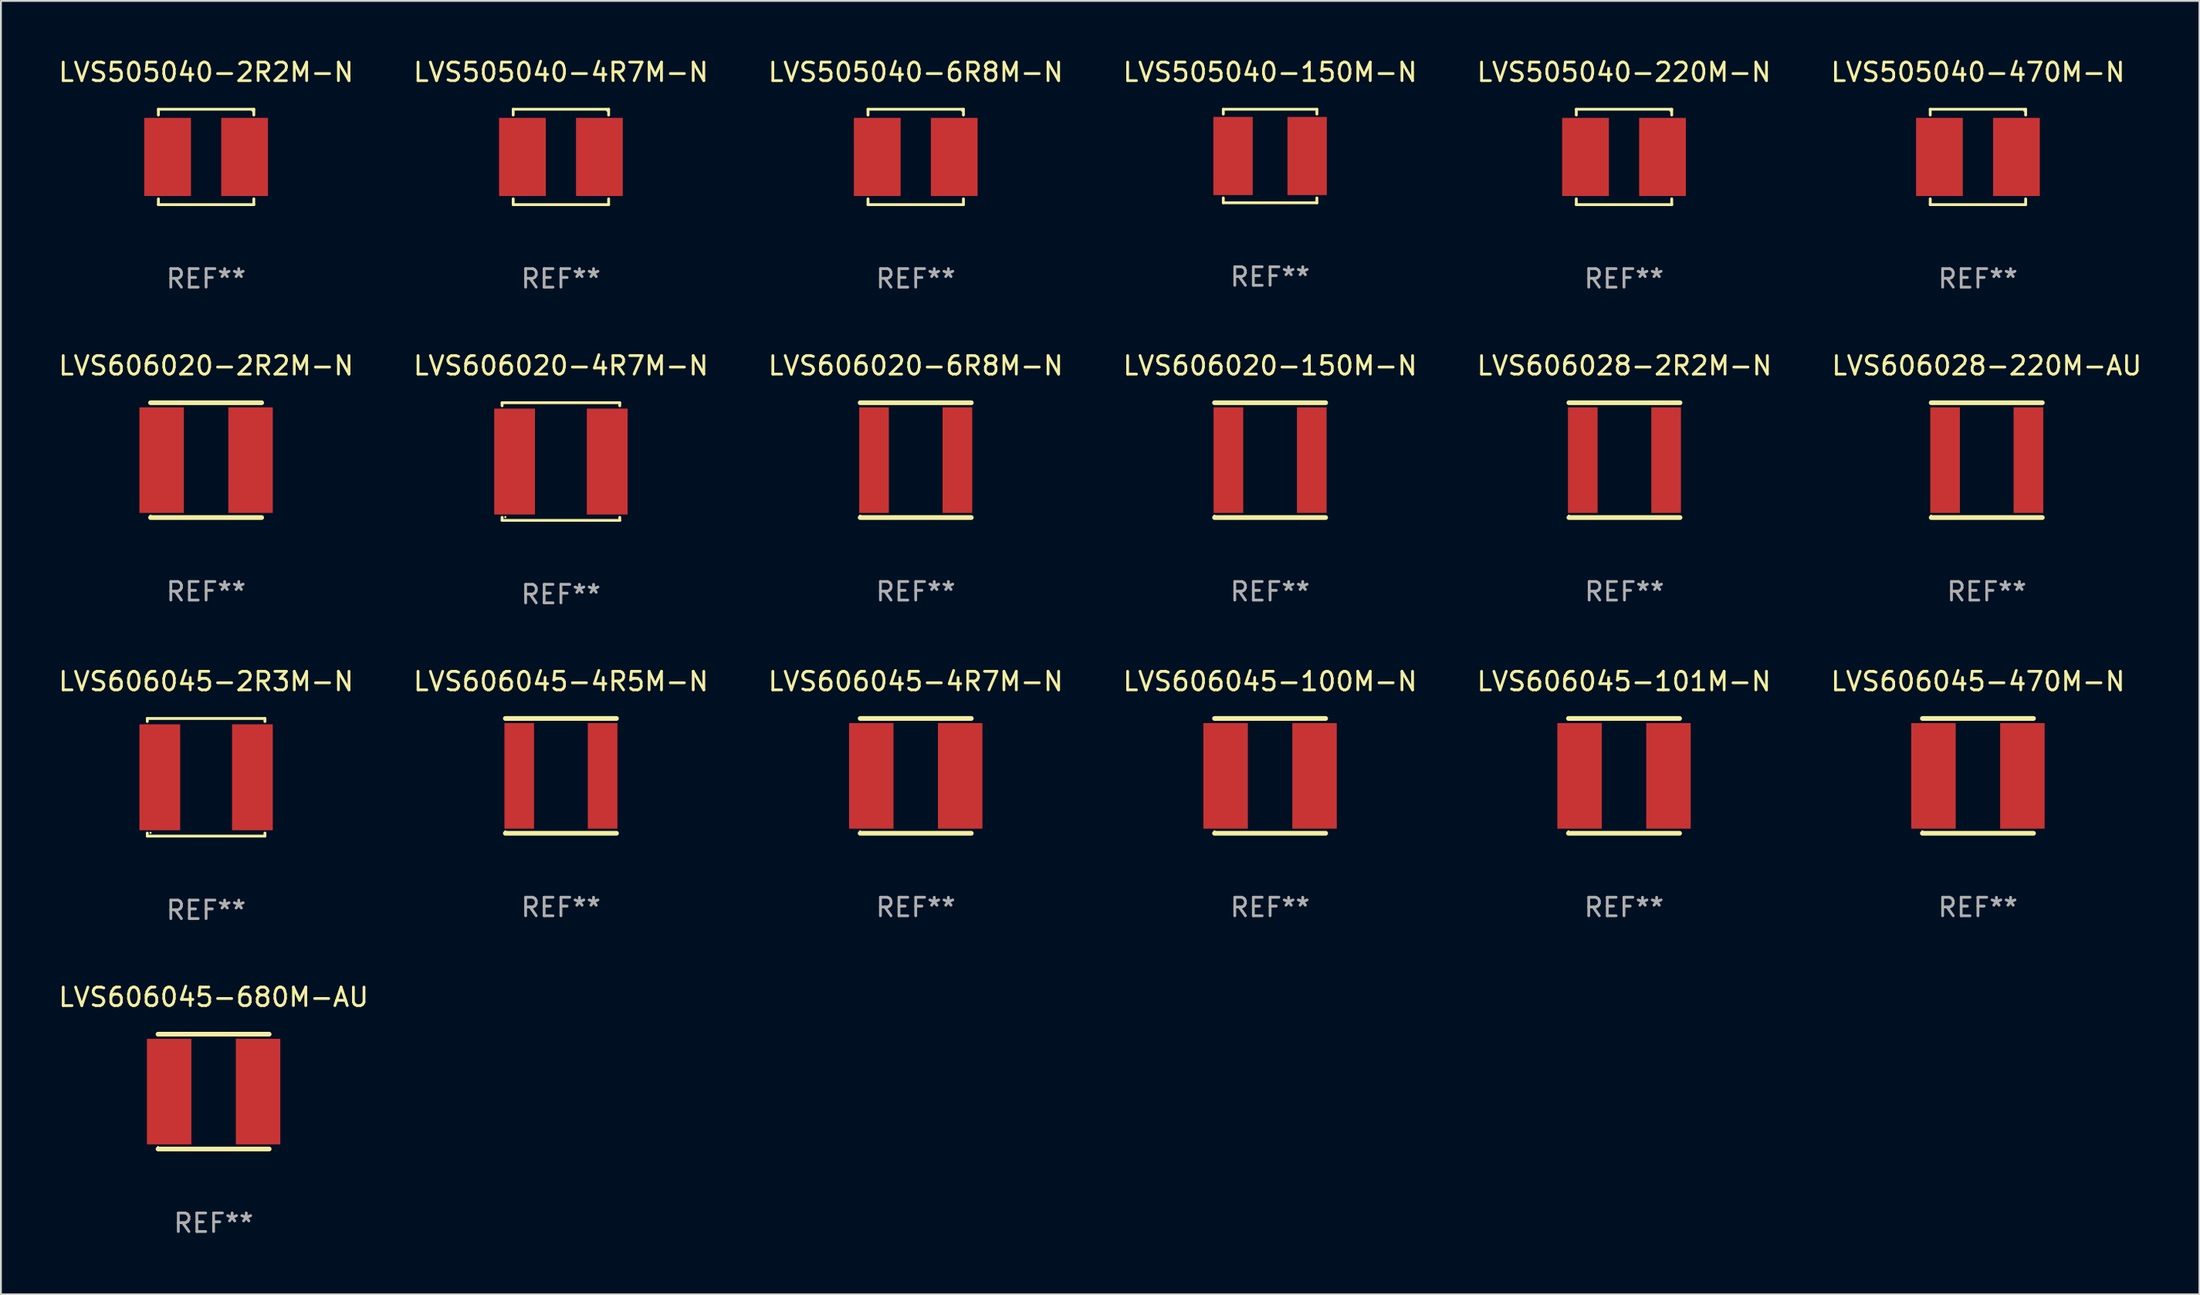
<source format=kicad_pcb>
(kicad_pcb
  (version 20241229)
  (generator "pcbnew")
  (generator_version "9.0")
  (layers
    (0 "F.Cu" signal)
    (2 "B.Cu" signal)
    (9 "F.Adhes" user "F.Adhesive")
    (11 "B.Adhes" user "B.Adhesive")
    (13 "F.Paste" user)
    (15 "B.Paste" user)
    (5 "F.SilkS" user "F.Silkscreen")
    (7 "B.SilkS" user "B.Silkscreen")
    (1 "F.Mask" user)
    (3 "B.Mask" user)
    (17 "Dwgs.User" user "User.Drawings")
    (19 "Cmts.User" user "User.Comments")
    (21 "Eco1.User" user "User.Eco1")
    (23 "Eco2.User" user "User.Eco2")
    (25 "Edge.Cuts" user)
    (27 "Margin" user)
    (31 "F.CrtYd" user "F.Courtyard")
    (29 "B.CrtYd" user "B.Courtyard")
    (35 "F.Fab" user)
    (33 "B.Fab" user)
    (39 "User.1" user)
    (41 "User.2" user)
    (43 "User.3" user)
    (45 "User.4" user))
  (footprint "LVS606045-470M-N"
    (layer "F.Cu")
    (at 103.732 38.846)
    (property "Reference" "LVS606045-470M-N" (at 0 -5.1 0) (layer "F.SilkS") (effects (font (size 1 1) (thickness 0.15))))
    (attr through_hole)
    (fp_line (start -3 -3.1) (end 3 -3.1) (stroke (width 0.254) (type solid)) (layer "F.SilkS"))
    (fp_line (start -3 3.1) (end 3 3.1) (stroke (width 0.254) (type solid)) (layer "F.SilkS"))
    (fp_circle (center -3 3) (end -2.97 3) (stroke (width 0.06) (type solid)) (fill no) (layer "F.SilkS"))
    (fp_text user "REF**" (at 0 7.1 0) (layer "F.Fab") (effects (font (size 1 1) (thickness 0.15))))
    (pad "1" smd rect (at -2.4 0) (size 2.4 5.7) (layers "F.Cu" "F.Mask" "F.Paste"))
    (pad "2" smd rect (at 2.4 0) (size 2.4 5.7) (layers "F.Cu" "F.Mask" "F.Paste")))
  (footprint "LVS606028-220M-AU"
    (layer "F.Cu")
    (at 104.208 21.797)
    (property "Reference" "LVS606028-220M-AU" (at 0 -5.1 0) (layer "F.SilkS") (effects (font (size 1 1) (thickness 0.15))))
    (attr through_hole)
    (fp_line (start -3 -3.1) (end 3 -3.1) (stroke (width 0.254) (type solid)) (layer "F.SilkS"))
    (fp_line (start -3 3.1) (end 3 3.1) (stroke (width 0.254) (type solid)) (layer "F.SilkS"))
    (fp_circle (center -3 3) (end -2.97 3) (stroke (width 0.06) (type solid)) (fill no) (layer "F.SilkS"))
    (fp_text user "REF**" (at 0 7.1 0) (layer "F.Fab") (effects (font (size 1 1) (thickness 0.15))))
    (pad "1" smd rect (at -2.25 0) (size 1.6 5.7) (layers "F.Cu" "F.Mask" "F.Paste"))
    (pad "2" smd rect (at 2.25 0) (size 1.6 5.7) (layers "F.Cu" "F.Mask" "F.Paste")))
  (footprint "LVS505040-6R8M-N"
    (layer "F.Cu")
    (at 46.387 5.424)
    (property "Reference" "LVS505040-6R8M-N" (at 0 -4.576 0) (layer "F.SilkS") (effects (font (size 1 1) (thickness 0.15))))
    (attr through_hole)
    (fp_line (start -2.576 -2.576) (end 2.576 -2.576) (stroke (width 0.152) (type solid)) (layer "F.SilkS"))
    (fp_line (start -2.576 -2.262) (end -2.576 -2.576) (stroke (width 0.152) (type solid)) (layer "F.SilkS"))
    (fp_line (start -2.576 2.262) (end -2.576 2.576) (stroke (width 0.152) (type solid)) (layer "F.SilkS"))
    (fp_line (start -2.576 2.576) (end 2.576 2.576) (stroke (width 0.152) (type solid)) (layer "F.SilkS"))
    (fp_line (start 2.576 -2.576) (end 2.576 -2.262) (stroke (width 0.152) (type solid)) (layer "F.SilkS"))
    (fp_line (start 2.576 2.576) (end 2.576 2.262) (stroke (width 0.152) (type solid)) (layer "F.SilkS"))
    (fp_circle (center 2.5 -2.5) (end 2.53 -2.5) (stroke (width 0.06) (type solid)) (fill no) (layer "F.SilkS"))
    (fp_text user "REF**" (at 0 6.576 0) (layer "F.Fab") (effects (font (size 1 1) (thickness 0.15))))
    (pad "1" smd rect (at 2.078 0) (size 2.524 4.22) (layers "F.Cu" "F.Mask" "F.Paste"))
    (pad "2" smd rect (at -2.078 0) (size 2.524 4.22) (layers "F.Cu" "F.Mask" "F.Paste")))
  (footprint "LVS505040-2R2M-N"
    (layer "F.Cu")
    (at 8.077 5.424)
    (property "Reference" "LVS505040-2R2M-N" (at 0 -4.576 0) (layer "F.SilkS") (effects (font (size 1 1) (thickness 0.15))))
    (attr through_hole)
    (fp_line (start -2.576 -2.576) (end 2.576 -2.576) (stroke (width 0.152) (type solid)) (layer "F.SilkS"))
    (fp_line (start -2.576 -2.262) (end -2.576 -2.576) (stroke (width 0.152) (type solid)) (layer "F.SilkS"))
    (fp_line (start -2.576 2.262) (end -2.576 2.576) (stroke (width 0.152) (type solid)) (layer "F.SilkS"))
    (fp_line (start -2.576 2.576) (end 2.576 2.576) (stroke (width 0.152) (type solid)) (layer "F.SilkS"))
    (fp_line (start 2.576 -2.576) (end 2.576 -2.262) (stroke (width 0.152) (type solid)) (layer "F.SilkS"))
    (fp_line (start 2.576 2.576) (end 2.576 2.262) (stroke (width 0.152) (type solid)) (layer "F.SilkS"))
    (fp_circle (center 2.5 -2.5) (end 2.53 -2.5) (stroke (width 0.06) (type solid)) (fill no) (layer "F.SilkS"))
    (fp_text user "REF**" (at 0 6.576 0) (layer "F.Fab") (effects (font (size 1 1) (thickness 0.15))))
    (pad "1" smd rect (at 2.078 0) (size 2.524 4.22) (layers "F.Cu" "F.Mask" "F.Paste"))
    (pad "2" smd rect (at -2.078 0) (size 2.524 4.22) (layers "F.Cu" "F.Mask" "F.Paste")))
  (footprint "LVS606045-4R5M-N"
    (layer "F.Cu")
    (at 27.232 38.846)
    (property "Reference" "LVS606045-4R5M-N" (at 0 -5.1 0) (layer "F.SilkS") (effects (font (size 1 1) (thickness 0.15))))
    (attr through_hole)
    (fp_line (start -3 -3.1) (end 3 -3.1) (stroke (width 0.254) (type solid)) (layer "F.SilkS"))
    (fp_line (start -3 3.1) (end 3 3.1) (stroke (width 0.254) (type solid)) (layer "F.SilkS"))
    (fp_circle (center -3 3) (end -2.97 3) (stroke (width 0.06) (type solid)) (fill no) (layer "F.SilkS"))
    (fp_text user "REF**" (at 0 7.1 0) (layer "F.Fab") (effects (font (size 1 1) (thickness 0.15))))
    (pad "1" smd rect (at -2.25 0) (size 1.6 5.7) (layers "F.Cu" "F.Mask" "F.Paste"))
    (pad "2" smd rect (at 2.25 0) (size 1.6 5.7) (layers "F.Cu" "F.Mask" "F.Paste")))
  (footprint "LVS505040-220M-N"
    (layer "F.Cu")
    (at 84.625 5.424)
    (property "Reference" "LVS505040-220M-N" (at 0 -4.576 0) (layer "F.SilkS") (effects (font (size 1 1) (thickness 0.15))))
    (attr through_hole)
    (fp_line (start -2.576 -2.576) (end 2.576 -2.576) (stroke (width 0.152) (type solid)) (layer "F.SilkS"))
    (fp_line (start -2.576 -2.262) (end -2.576 -2.576) (stroke (width 0.152) (type solid)) (layer "F.SilkS"))
    (fp_line (start -2.576 2.262) (end -2.576 2.576) (stroke (width 0.152) (type solid)) (layer "F.SilkS"))
    (fp_line (start -2.576 2.576) (end 2.576 2.576) (stroke (width 0.152) (type solid)) (layer "F.SilkS"))
    (fp_line (start 2.576 -2.576) (end 2.576 -2.262) (stroke (width 0.152) (type solid)) (layer "F.SilkS"))
    (fp_line (start 2.576 2.576) (end 2.576 2.262) (stroke (width 0.152) (type solid)) (layer "F.SilkS"))
    (fp_circle (center 2.5 -2.5) (end 2.53 -2.5) (stroke (width 0.06) (type solid)) (fill no) (layer "F.SilkS"))
    (fp_text user "REF**" (at 0 6.576 0) (layer "F.Fab") (effects (font (size 1 1) (thickness 0.15))))
    (pad "1" smd rect (at 2.078 0) (size 2.524 4.22) (layers "F.Cu" "F.Mask" "F.Paste"))
    (pad "2" smd rect (at -2.078 0) (size 2.524 4.22) (layers "F.Cu" "F.Mask" "F.Paste")))
  (footprint "LVS606020-6R8M-N"
    (layer "F.Cu")
    (at 46.387 21.797)
    (property "Reference" "LVS606020-6R8M-N" (at 0 -5.1 0) (layer "F.SilkS") (effects (font (size 1 1) (thickness 0.15))))
    (attr through_hole)
    (fp_line (start -3 -3.1) (end 3 -3.1) (stroke (width 0.254) (type solid)) (layer "F.SilkS"))
    (fp_line (start -3 3.1) (end 3 3.1) (stroke (width 0.254) (type solid)) (layer "F.SilkS"))
    (fp_circle (center -3 3) (end -2.97 3) (stroke (width 0.06) (type solid)) (fill no) (layer "F.SilkS"))
    (fp_text user "REF**" (at 0 7.1 0) (layer "F.Fab") (effects (font (size 1 1) (thickness 0.15))))
    (pad "1" smd rect (at -2.25 0) (size 1.6 5.7) (layers "F.Cu" "F.Mask" "F.Paste"))
    (pad "2" smd rect (at 2.25 0) (size 1.6 5.7) (layers "F.Cu" "F.Mask" "F.Paste")))
  (footprint "LVS505040-150M-N"
    (layer "F.Cu")
    (at 65.518 5.374)
    (property "Reference" "LVS505040-150M-N" (at 0 -4.526 0) (layer "F.SilkS") (effects (font (size 1 1) (thickness 0.15))))
    (attr through_hole)
    (fp_line (start -2.526 -2.526) (end 2.526 -2.526) (stroke (width 0.152) (type solid)) (layer "F.SilkS"))
    (fp_line (start -2.526 -2.262) (end -2.526 -2.526) (stroke (width 0.152) (type solid)) (layer "F.SilkS"))
    (fp_line (start -2.526 2.262) (end -2.526 2.526) (stroke (width 0.152) (type solid)) (layer "F.SilkS"))
    (fp_line (start -2.526 2.526) (end 2.526 2.526) (stroke (width 0.152) (type solid)) (layer "F.SilkS"))
    (fp_line (start 2.526 -2.526) (end 2.526 -2.262) (stroke (width 0.152) (type solid)) (layer "F.SilkS"))
    (fp_line (start 2.526 2.526) (end 2.526 2.262) (stroke (width 0.152) (type solid)) (layer "F.SilkS"))
    (fp_circle (center 2.5 -2.5) (end 2.53 -2.5) (stroke (width 0.06) (type solid)) (fill no) (layer "F.SilkS"))
    (fp_text user "REF**" (at 0 6.526 0) (layer "F.Fab") (effects (font (size 1 1) (thickness 0.15))))
    (pad "1" smd rect (at 2 0) (size 2.124 4.22) (layers "F.Cu" "F.Mask" "F.Paste"))
    (pad "2" smd rect (at -2 0) (size 2.124 4.22) (layers "F.Cu" "F.Mask" "F.Paste")))
  (footprint "LVS606020-2R2M-N"
    (layer "F.Cu")
    (at 8.077 21.797)
    (property "Reference" "LVS606020-2R2M-N" (at 0 -5.1 0) (layer "F.SilkS") (effects (font (size 1 1) (thickness 0.15))))
    (attr through_hole)
    (fp_line (start -3 -3.1) (end 3 -3.1) (stroke (width 0.254) (type solid)) (layer "F.SilkS"))
    (fp_line (start -3 3.1) (end 3 3.1) (stroke (width 0.254) (type solid)) (layer "F.SilkS"))
    (fp_circle (center -3 3) (end -2.97 3) (stroke (width 0.06) (type solid)) (fill no) (layer "F.SilkS"))
    (fp_text user "REF**" (at 0 7.1 0) (layer "F.Fab") (effects (font (size 1 1) (thickness 0.15))))
    (pad "1" smd rect (at -2.4 0) (size 2.4 5.7) (layers "F.Cu" "F.Mask" "F.Paste"))
    (pad "2" smd rect (at 2.4 0) (size 2.4 5.7) (layers "F.Cu" "F.Mask" "F.Paste")))
  (footprint "LVS606045-4R7M-N"
    (layer "F.Cu")
    (at 46.387 38.846)
    (property "Reference" "LVS606045-4R7M-N" (at 0 -5.1 0) (layer "F.SilkS") (effects (font (size 1 1) (thickness 0.15))))
    (attr through_hole)
    (fp_line (start -3 -3.1) (end 3 -3.1) (stroke (width 0.254) (type solid)) (layer "F.SilkS"))
    (fp_line (start -3 3.1) (end 3 3.1) (stroke (width 0.254) (type solid)) (layer "F.SilkS"))
    (fp_circle (center -3 3) (end -2.97 3) (stroke (width 0.06) (type solid)) (fill no) (layer "F.SilkS"))
    (fp_text user "REF**" (at 0 7.1 0) (layer "F.Fab") (effects (font (size 1 1) (thickness 0.15))))
    (pad "1" smd rect (at -2.4 0) (size 2.4 5.7) (layers "F.Cu" "F.Mask" "F.Paste"))
    (pad "2" smd rect (at 2.4 0) (size 2.4 5.7) (layers "F.Cu" "F.Mask" "F.Paste")))
  (footprint "LVS606045-2R3M-N"
    (layer "F.Cu")
    (at 8.077 38.922)
    (property "Reference" "LVS606045-2R3M-N" (at 0 -5.176 0) (layer "F.SilkS") (effects (font (size 1 1) (thickness 0.15))))
    (attr through_hole)
    (fp_line (start -3.176 -3.176) (end 3.176 -3.176) (stroke (width 0.152) (type solid)) (layer "F.SilkS"))
    (fp_line (start -3.176 -3.012) (end -3.176 -3.176) (stroke (width 0.152) (type solid)) (layer "F.SilkS"))
    (fp_line (start -3.176 3.012) (end -3.176 3.176) (stroke (width 0.152) (type solid)) (layer "F.SilkS"))
    (fp_line (start -3.176 3.176) (end 3.176 3.176) (stroke (width 0.152) (type solid)) (layer "F.SilkS"))
    (fp_line (start 3.176 -3.176) (end 3.176 -3.012) (stroke (width 0.152) (type solid)) (layer "F.SilkS"))
    (fp_line (start 3.176 3.176) (end 3.176 3.012) (stroke (width 0.152) (type solid)) (layer "F.SilkS"))
    (fp_circle (center -3 3) (end -2.97 3) (stroke (width 0.06) (type solid)) (fill no) (layer "F.SilkS"))
    (fp_text user "REF**" (at 0 7.176 0) (layer "F.Fab") (effects (font (size 1 1) (thickness 0.15))))
    (pad "1" smd rect (at -2.5 0) (size 2.2 5.72) (layers "F.Cu" "F.Mask" "F.Paste"))
    (pad "2" smd rect (at 2.5 0) (size 2.2 5.72) (layers "F.Cu" "F.Mask" "F.Paste")))
  (footprint "LVS505040-4R7M-N"
    (layer "F.Cu")
    (at 27.232 5.424)
    (property "Reference" "LVS505040-4R7M-N" (at 0 -4.576 0) (layer "F.SilkS") (effects (font (size 1 1) (thickness 0.15))))
    (attr through_hole)
    (fp_line (start -2.576 -2.576) (end 2.576 -2.576) (stroke (width 0.152) (type solid)) (layer "F.SilkS"))
    (fp_line (start -2.576 -2.262) (end -2.576 -2.576) (stroke (width 0.152) (type solid)) (layer "F.SilkS"))
    (fp_line (start -2.576 2.262) (end -2.576 2.576) (stroke (width 0.152) (type solid)) (layer "F.SilkS"))
    (fp_line (start -2.576 2.576) (end 2.576 2.576) (stroke (width 0.152) (type solid)) (layer "F.SilkS"))
    (fp_line (start 2.576 -2.576) (end 2.576 -2.262) (stroke (width 0.152) (type solid)) (layer "F.SilkS"))
    (fp_line (start 2.576 2.576) (end 2.576 2.262) (stroke (width 0.152) (type solid)) (layer "F.SilkS"))
    (fp_circle (center 2.5 -2.5) (end 2.53 -2.5) (stroke (width 0.06) (type solid)) (fill no) (layer "F.SilkS"))
    (fp_text user "REF**" (at 0 6.576 0) (layer "F.Fab") (effects (font (size 1 1) (thickness 0.15))))
    (pad "1" smd rect (at 2.078 0) (size 2.524 4.22) (layers "F.Cu" "F.Mask" "F.Paste"))
    (pad "2" smd rect (at -2.078 0) (size 2.524 4.22) (layers "F.Cu" "F.Mask" "F.Paste")))
  (footprint "LVS606045-100M-N"
    (layer "F.Cu")
    (at 65.518 38.846)
    (property "Reference" "LVS606045-100M-N" (at 0 -5.1 0) (layer "F.SilkS") (effects (font (size 1 1) (thickness 0.15))))
    (attr through_hole)
    (fp_line (start -3 -3.1) (end 3 -3.1) (stroke (width 0.254) (type solid)) (layer "F.SilkS"))
    (fp_line (start -3 3.1) (end 3 3.1) (stroke (width 0.254) (type solid)) (layer "F.SilkS"))
    (fp_circle (center -3 3) (end -2.97 3) (stroke (width 0.06) (type solid)) (fill no) (layer "F.SilkS"))
    (fp_text user "REF**" (at 0 7.1 0) (layer "F.Fab") (effects (font (size 1 1) (thickness 0.15))))
    (pad "1" smd rect (at -2.4 0) (size 2.4 5.7) (layers "F.Cu" "F.Mask" "F.Paste"))
    (pad "2" smd rect (at 2.4 0) (size 2.4 5.7) (layers "F.Cu" "F.Mask" "F.Paste")))
  (footprint "LVS606020-150M-N"
    (layer "F.Cu")
    (at 65.518 21.797)
    (property "Reference" "LVS606020-150M-N" (at 0 -5.1 0) (layer "F.SilkS") (effects (font (size 1 1) (thickness 0.15))))
    (attr through_hole)
    (fp_line (start -3 -3.1) (end 3 -3.1) (stroke (width 0.254) (type solid)) (layer "F.SilkS"))
    (fp_line (start -3 3.1) (end 3 3.1) (stroke (width 0.254) (type solid)) (layer "F.SilkS"))
    (fp_circle (center -3 3) (end -2.97 3) (stroke (width 0.06) (type solid)) (fill no) (layer "F.SilkS"))
    (fp_text user "REF**" (at 0 7.1 0) (layer "F.Fab") (effects (font (size 1 1) (thickness 0.15))))
    (pad "1" smd rect (at -2.25 0) (size 1.6 5.7) (layers "F.Cu" "F.Mask" "F.Paste"))
    (pad "2" smd rect (at 2.25 0) (size 1.6 5.7) (layers "F.Cu" "F.Mask" "F.Paste")))
  (footprint "LVS606045-101M-N"
    (layer "F.Cu")
    (at 84.625 38.846)
    (property "Reference" "LVS606045-101M-N" (at 0 -5.1 0) (layer "F.SilkS") (effects (font (size 1 1) (thickness 0.15))))
    (attr through_hole)
    (fp_line (start -3 -3.1) (end 3 -3.1) (stroke (width 0.254) (type solid)) (layer "F.SilkS"))
    (fp_line (start -3 3.1) (end 3 3.1) (stroke (width 0.254) (type solid)) (layer "F.SilkS"))
    (fp_circle (center -3 3) (end -2.97 3) (stroke (width 0.06) (type solid)) (fill no) (layer "F.SilkS"))
    (fp_text user "REF**" (at 0 7.1 0) (layer "F.Fab") (effects (font (size 1 1) (thickness 0.15))))
    (pad "1" smd rect (at -2.4 0) (size 2.4 5.7) (layers "F.Cu" "F.Mask" "F.Paste"))
    (pad "2" smd rect (at 2.4 0) (size 2.4 5.7) (layers "F.Cu" "F.Mask" "F.Paste")))
  (footprint "LVS606020-4R7M-N"
    (layer "F.Cu")
    (at 27.232 21.873)
    (property "Reference" "LVS606020-4R7M-N" (at 0 -5.176 0) (layer "F.SilkS") (effects (font (size 1 1) (thickness 0.15))))
    (attr through_hole)
    (fp_line (start -3.176 -3.176) (end 3.176 -3.176) (stroke (width 0.152) (type solid)) (layer "F.SilkS"))
    (fp_line (start -3.176 -3.012) (end -3.176 -3.176) (stroke (width 0.152) (type solid)) (layer "F.SilkS"))
    (fp_line (start -3.176 3.012) (end -3.176 3.176) (stroke (width 0.152) (type solid)) (layer "F.SilkS"))
    (fp_line (start -3.176 3.176) (end 3.176 3.176) (stroke (width 0.152) (type solid)) (layer "F.SilkS"))
    (fp_line (start 3.176 -3.176) (end 3.176 -3.012) (stroke (width 0.152) (type solid)) (layer "F.SilkS"))
    (fp_line (start 3.176 3.176) (end 3.176 3.012) (stroke (width 0.152) (type solid)) (layer "F.SilkS"))
    (fp_circle (center -3 3) (end -2.97 3) (stroke (width 0.06) (type solid)) (fill no) (layer "F.SilkS"))
    (fp_text user "REF**" (at 0 7.176 0) (layer "F.Fab") (effects (font (size 1 1) (thickness 0.15))))
    (pad "1" smd rect (at -2.5 0) (size 2.2 5.72) (layers "F.Cu" "F.Mask" "F.Paste"))
    (pad "2" smd rect (at 2.5 0) (size 2.2 5.72) (layers "F.Cu" "F.Mask" "F.Paste")))
  (footprint "LVS606045-680M-AU"
    (layer "F.Cu")
    (at 8.482 55.895)
    (property "Reference" "LVS606045-680M-AU" (at 0 -5.1 0) (layer "F.SilkS") (effects (font (size 1 1) (thickness 0.15))))
    (attr through_hole)
    (fp_line (start -3 -3.1) (end 3 -3.1) (stroke (width 0.254) (type solid)) (layer "F.SilkS"))
    (fp_line (start -3 3.1) (end 3 3.1) (stroke (width 0.254) (type solid)) (layer "F.SilkS"))
    (fp_circle (center -3 3) (end -2.97 3) (stroke (width 0.06) (type solid)) (fill no) (layer "F.SilkS"))
    (fp_text user "REF**" (at 0 7.1 0) (layer "F.Fab") (effects (font (size 1 1) (thickness 0.15))))
    (pad "1" smd rect (at -2.4 0) (size 2.4 5.7) (layers "F.Cu" "F.Mask" "F.Paste"))
    (pad "2" smd rect (at 2.4 0) (size 2.4 5.7) (layers "F.Cu" "F.Mask" "F.Paste")))
  (footprint "LVS505040-470M-N"
    (layer "F.Cu")
    (at 103.732 5.424)
    (property "Reference" "LVS505040-470M-N" (at 0 -4.576 0) (layer "F.SilkS") (effects (font (size 1 1) (thickness 0.15))))
    (attr through_hole)
    (fp_line (start -2.576 -2.576) (end 2.576 -2.576) (stroke (width 0.152) (type solid)) (layer "F.SilkS"))
    (fp_line (start -2.576 -2.262) (end -2.576 -2.576) (stroke (width 0.152) (type solid)) (layer "F.SilkS"))
    (fp_line (start -2.576 2.262) (end -2.576 2.576) (stroke (width 0.152) (type solid)) (layer "F.SilkS"))
    (fp_line (start -2.576 2.576) (end 2.576 2.576) (stroke (width 0.152) (type solid)) (layer "F.SilkS"))
    (fp_line (start 2.576 -2.576) (end 2.576 -2.262) (stroke (width 0.152) (type solid)) (layer "F.SilkS"))
    (fp_line (start 2.576 2.576) (end 2.576 2.262) (stroke (width 0.152) (type solid)) (layer "F.SilkS"))
    (fp_circle (center 2.5 -2.5) (end 2.53 -2.5) (stroke (width 0.06) (type solid)) (fill no) (layer "F.SilkS"))
    (fp_text user "REF**" (at 0 6.576 0) (layer "F.Fab") (effects (font (size 1 1) (thickness 0.15))))
    (pad "1" smd rect (at 2.078 0) (size 2.524 4.22) (layers "F.Cu" "F.Mask" "F.Paste"))
    (pad "2" smd rect (at -2.078 0) (size 2.524 4.22) (layers "F.Cu" "F.Mask" "F.Paste")))
  (footprint "LVS606028-2R2M-N"
    (layer "F.Cu")
    (at 84.649 21.797)
    (property "Reference" "LVS606028-2R2M-N" (at 0 -5.1 0) (layer "F.SilkS") (effects (font (size 1 1) (thickness 0.15))))
    (attr through_hole)
    (fp_line (start -3 -3.1) (end 3 -3.1) (stroke (width 0.254) (type solid)) (layer "F.SilkS"))
    (fp_line (start -3 3.1) (end 3 3.1) (stroke (width 0.254) (type solid)) (layer "F.SilkS"))
    (fp_circle (center -3 3) (end -2.97 3) (stroke (width 0.06) (type solid)) (fill no) (layer "F.SilkS"))
    (fp_text user "REF**" (at 0 7.1 0) (layer "F.Fab") (effects (font (size 1 1) (thickness 0.15))))
    (pad "1" smd rect (at -2.25 0) (size 1.6 5.7) (layers "F.Cu" "F.Mask" "F.Paste"))
    (pad "2" smd rect (at 2.25 0) (size 1.6 5.7) (layers "F.Cu" "F.Mask" "F.Paste")))
  (gr_rect
    (start -3 -3)
    (end 115.69 66.843)
    (stroke (width 0.1) (type default))
    (fill no)
    (layer "Edge.Cuts")))
</source>
